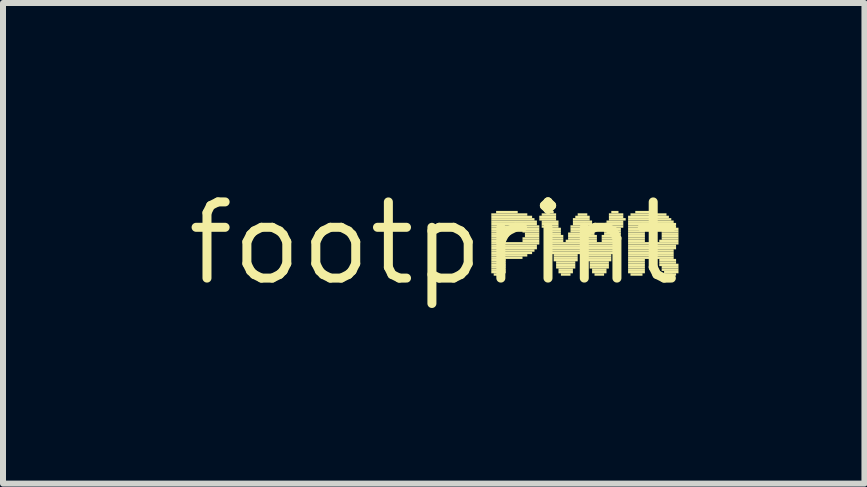
<source format=kicad_pcb>
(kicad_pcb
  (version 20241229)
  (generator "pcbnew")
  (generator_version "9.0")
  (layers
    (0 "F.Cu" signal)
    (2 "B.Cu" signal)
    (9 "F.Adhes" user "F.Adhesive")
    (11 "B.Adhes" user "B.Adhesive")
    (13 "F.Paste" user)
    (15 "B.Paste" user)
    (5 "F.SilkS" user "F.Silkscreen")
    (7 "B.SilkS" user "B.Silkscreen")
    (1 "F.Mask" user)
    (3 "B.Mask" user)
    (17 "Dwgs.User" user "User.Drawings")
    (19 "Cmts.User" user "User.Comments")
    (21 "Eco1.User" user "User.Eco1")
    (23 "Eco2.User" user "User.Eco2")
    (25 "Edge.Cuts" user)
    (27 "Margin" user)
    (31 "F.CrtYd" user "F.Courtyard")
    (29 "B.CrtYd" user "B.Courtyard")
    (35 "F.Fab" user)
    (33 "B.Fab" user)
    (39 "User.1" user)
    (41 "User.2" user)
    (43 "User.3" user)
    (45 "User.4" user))
  (footprint "footprint"
    (layer "F.Cu")
    (at 4.18 1.006)
    (property "Reference" "footprint" (at 0 0 0) (layer "F.SilkS") (effects (font (size 1.27 1.27) (thickness 0.15))))
    (fp_poly (pts (xy 0.96 -0.46) (xy 1.56 -0.46) (xy 1.56 -0.5) (xy 0.96 -0.5)) (stroke (width 0) (type solid)) (fill yes) (layer "F.SilkS"))
    (fp_poly (pts (xy 0.96 -0.42) (xy 1.64 -0.42) (xy 1.64 -0.46) (xy 0.96 -0.46)) (stroke (width 0) (type solid)) (fill yes) (layer "F.SilkS"))
    (fp_poly (pts (xy 0.96 -0.38) (xy 1.68 -0.38) (xy 1.68 -0.42) (xy 0.96 -0.42)) (stroke (width 0) (type solid)) (fill yes) (layer "F.SilkS"))
    (fp_poly (pts (xy 0.96 -0.34) (xy 1.72 -0.34) (xy 1.72 -0.38) (xy 0.96 -0.38)) (stroke (width 0) (type solid)) (fill yes) (layer "F.SilkS"))
    (fp_poly (pts (xy 0.96 -0.3) (xy 1.72 -0.3) (xy 1.72 -0.34) (xy 0.96 -0.34)) (stroke (width 0) (type solid)) (fill yes) (layer "F.SilkS"))
    (fp_poly (pts (xy 0.96 -0.26) (xy 1.76 -0.26) (xy 1.76 -0.3) (xy 0.96 -0.3)) (stroke (width 0) (type solid)) (fill yes) (layer "F.SilkS"))
    (fp_poly (pts (xy 0.96 -0.22) (xy 1.2 -0.22) (xy 1.2 -0.26) (xy 0.96 -0.26)) (stroke (width 0) (type solid)) (fill yes) (layer "F.SilkS"))
    (fp_poly (pts (xy 0.96 -0.18) (xy 1.2 -0.18) (xy 1.2 -0.22) (xy 0.96 -0.22)) (stroke (width 0) (type solid)) (fill yes) (layer "F.SilkS"))
    (fp_poly (pts (xy 0.96 -0.14) (xy 1.2 -0.14) (xy 1.2 -0.18) (xy 0.96 -0.18)) (stroke (width 0) (type solid)) (fill yes) (layer "F.SilkS"))
    (fp_poly (pts (xy 0.96 -0.1) (xy 1.2 -0.1) (xy 1.2 -0.14) (xy 0.96 -0.14)) (stroke (width 0) (type solid)) (fill yes) (layer "F.SilkS"))
    (fp_poly (pts (xy 0.96 -0.06) (xy 1.2 -0.06) (xy 1.2 -0.1) (xy 0.96 -0.1)) (stroke (width 0) (type solid)) (fill yes) (layer "F.SilkS"))
    (fp_poly (pts (xy 0.96 -0.02) (xy 1.2 -0.02) (xy 1.2 -0.06) (xy 0.96 -0.06)) (stroke (width 0) (type solid)) (fill yes) (layer "F.SilkS"))
    (fp_poly (pts (xy 0.96 0.02) (xy 1.76 0.02) (xy 1.76 -0.02) (xy 0.96 -0.02)) (stroke (width 0) (type solid)) (fill yes) (layer "F.SilkS"))
    (fp_poly (pts (xy 0.96 0.06) (xy 1.72 0.06) (xy 1.72 0.02) (xy 0.96 0.02)) (stroke (width 0) (type solid)) (fill yes) (layer "F.SilkS"))
    (fp_poly (pts (xy 0.96 0.1) (xy 1.72 0.1) (xy 1.72 0.06) (xy 0.96 0.06)) (stroke (width 0) (type solid)) (fill yes) (layer "F.SilkS"))
    (fp_poly (pts (xy 0.96 0.14) (xy 1.68 0.14) (xy 1.68 0.1) (xy 0.96 0.1)) (stroke (width 0) (type solid)) (fill yes) (layer "F.SilkS"))
    (fp_poly (pts (xy 0.96 0.18) (xy 1.64 0.18) (xy 1.64 0.14) (xy 0.96 0.14)) (stroke (width 0) (type solid)) (fill yes) (layer "F.SilkS"))
    (fp_poly (pts (xy 0.96 0.22) (xy 1.56 0.22) (xy 1.56 0.18) (xy 0.96 0.18)) (stroke (width 0) (type solid)) (fill yes) (layer "F.SilkS"))
    (fp_poly (pts (xy 0.96 0.26) (xy 1.48 0.26) (xy 1.48 0.22) (xy 0.96 0.22)) (stroke (width 0) (type solid)) (fill yes) (layer "F.SilkS"))
    (fp_poly (pts (xy 0.96 0.3) (xy 1.2 0.3) (xy 1.2 0.26) (xy 0.96 0.26)) (stroke (width 0) (type solid)) (fill yes) (layer "F.SilkS"))
    (fp_poly (pts (xy 0.96 0.34) (xy 1.2 0.34) (xy 1.2 0.3) (xy 0.96 0.3)) (stroke (width 0) (type solid)) (fill yes) (layer "F.SilkS"))
    (fp_poly (pts (xy 0.96 0.38) (xy 1.2 0.38) (xy 1.2 0.34) (xy 0.96 0.34)) (stroke (width 0) (type solid)) (fill yes) (layer "F.SilkS"))
    (fp_poly (pts (xy 0.96 0.42) (xy 1.2 0.42) (xy 1.2 0.38) (xy 0.96 0.38)) (stroke (width 0) (type solid)) (fill yes) (layer "F.SilkS"))
    (fp_poly (pts (xy 0.96 0.46) (xy 1.2 0.46) (xy 1.2 0.42) (xy 0.96 0.42)) (stroke (width 0) (type solid)) (fill yes) (layer "F.SilkS"))
    (fp_poly (pts (xy 0.96 0.5) (xy 1.2 0.5) (xy 1.2 0.46) (xy 0.96 0.46)) (stroke (width 0) (type solid)) (fill yes) (layer "F.SilkS"))
    (fp_poly (pts (xy 1 0.54) (xy 1.16 0.54) (xy 1.16 0.5) (xy 1 0.5)) (stroke (width 0) (type solid)) (fill yes) (layer "F.SilkS"))
    (fp_poly (pts (xy 1.04 -0.5) (xy 1.4 -0.5) (xy 1.4 -0.54) (xy 1.04 -0.54)) (stroke (width 0) (type solid)) (fill yes) (layer "F.SilkS"))
    (fp_poly (pts (xy 1.44 -0.22) (xy 1.76 -0.22) (xy 1.76 -0.26) (xy 1.44 -0.26)) (stroke (width 0) (type solid)) (fill yes) (layer "F.SilkS"))
    (fp_poly (pts (xy 1.48 -0.18) (xy 1.76 -0.18) (xy 1.76 -0.22) (xy 1.48 -0.22)) (stroke (width 0) (type solid)) (fill yes) (layer "F.SilkS"))
    (fp_poly (pts (xy 1.48 -0.06) (xy 1.76 -0.06) (xy 1.76 -0.1) (xy 1.48 -0.1)) (stroke (width 0) (type solid)) (fill yes) (layer "F.SilkS"))
    (fp_poly (pts (xy 1.48 -0.02) (xy 1.76 -0.02) (xy 1.76 -0.06) (xy 1.48 -0.06)) (stroke (width 0) (type solid)) (fill yes) (layer "F.SilkS"))
    (fp_poly (pts (xy 1.52 -0.14) (xy 1.76 -0.14) (xy 1.76 -0.18) (xy 1.52 -0.18)) (stroke (width 0) (type solid)) (fill yes) (layer "F.SilkS"))
    (fp_poly (pts (xy 1.52 -0.1) (xy 1.76 -0.1) (xy 1.76 -0.14) (xy 1.52 -0.14)) (stroke (width 0) (type solid)) (fill yes) (layer "F.SilkS"))
    (fp_poly (pts (xy 1.76 -0.42) (xy 2.04 -0.42) (xy 2.04 -0.46) (xy 1.76 -0.46)) (stroke (width 0) (type solid)) (fill yes) (layer "F.SilkS"))
    (fp_poly (pts (xy 1.76 -0.38) (xy 2.04 -0.38) (xy 2.04 -0.42) (xy 1.76 -0.42)) (stroke (width 0) (type solid)) (fill yes) (layer "F.SilkS"))
    (fp_poly (pts (xy 1.8 -0.46) (xy 2.04 -0.46) (xy 2.04 -0.5) (xy 1.8 -0.5)) (stroke (width 0) (type solid)) (fill yes) (layer "F.SilkS"))
    (fp_poly (pts (xy 1.8 -0.34) (xy 2.08 -0.34) (xy 2.08 -0.38) (xy 1.8 -0.38)) (stroke (width 0) (type solid)) (fill yes) (layer "F.SilkS"))
    (fp_poly (pts (xy 1.8 -0.3) (xy 2.08 -0.3) (xy 2.08 -0.34) (xy 1.8 -0.34)) (stroke (width 0) (type solid)) (fill yes) (layer "F.SilkS"))
    (fp_poly (pts (xy 1.8 -0.26) (xy 2.08 -0.26) (xy 2.08 -0.3) (xy 1.8 -0.3)) (stroke (width 0) (type solid)) (fill yes) (layer "F.SilkS"))
    (fp_poly (pts (xy 1.84 -0.22) (xy 2.12 -0.22) (xy 2.12 -0.26) (xy 1.84 -0.26)) (stroke (width 0) (type solid)) (fill yes) (layer "F.SilkS"))
    (fp_poly (pts (xy 1.84 -0.18) (xy 2.12 -0.18) (xy 2.12 -0.22) (xy 1.84 -0.22)) (stroke (width 0) (type solid)) (fill yes) (layer "F.SilkS"))
    (fp_poly (pts (xy 1.84 -0.14) (xy 2.12 -0.14) (xy 2.12 -0.18) (xy 1.84 -0.18)) (stroke (width 0) (type solid)) (fill yes) (layer "F.SilkS"))
    (fp_poly (pts (xy 1.88 -0.1) (xy 2.16 -0.1) (xy 2.16 -0.14) (xy 1.88 -0.14)) (stroke (width 0) (type solid)) (fill yes) (layer "F.SilkS"))
    (fp_poly (pts (xy 1.88 -0.06) (xy 2.16 -0.06) (xy 2.16 -0.1) (xy 1.88 -0.1)) (stroke (width 0) (type solid)) (fill yes) (layer "F.SilkS"))
    (fp_poly (pts (xy 1.88 -0.02) (xy 2.16 -0.02) (xy 2.16 -0.06) (xy 1.88 -0.06)) (stroke (width 0) (type solid)) (fill yes) (layer "F.SilkS"))
    (fp_poly (pts (xy 1.92 -0.5) (xy 2 -0.5) (xy 2 -0.54) (xy 1.92 -0.54)) (stroke (width 0) (type solid)) (fill yes) (layer "F.SilkS"))
    (fp_poly (pts (xy 1.92 0.02) (xy 3.04 0.02) (xy 3.04 -0.02) (xy 1.92 -0.02)) (stroke (width 0) (type solid)) (fill yes) (layer "F.SilkS"))
    (fp_poly (pts (xy 1.92 0.06) (xy 3.04 0.06) (xy 3.04 0.02) (xy 1.92 0.02)) (stroke (width 0) (type solid)) (fill yes) (layer "F.SilkS"))
    (fp_poly (pts (xy 1.92 0.1) (xy 2.44 0.1) (xy 2.44 0.06) (xy 1.92 0.06)) (stroke (width 0) (type solid)) (fill yes) (layer "F.SilkS"))
    (fp_poly (pts (xy 1.96 0.14) (xy 2.44 0.14) (xy 2.44 0.1) (xy 1.96 0.1)) (stroke (width 0) (type solid)) (fill yes) (layer "F.SilkS"))
    (fp_poly (pts (xy 1.96 0.18) (xy 2.44 0.18) (xy 2.44 0.14) (xy 1.96 0.14)) (stroke (width 0) (type solid)) (fill yes) (layer "F.SilkS"))
    (fp_poly (pts (xy 2 0.22) (xy 2.4 0.22) (xy 2.4 0.18) (xy 2 0.18)) (stroke (width 0) (type solid)) (fill yes) (layer "F.SilkS"))
    (fp_poly (pts (xy 2 0.26) (xy 2.4 0.26) (xy 2.4 0.22) (xy 2 0.22)) (stroke (width 0) (type solid)) (fill yes) (layer "F.SilkS"))
    (fp_poly (pts (xy 2 0.3) (xy 2.4 0.3) (xy 2.4 0.26) (xy 2 0.26)) (stroke (width 0) (type solid)) (fill yes) (layer "F.SilkS"))
    (fp_poly (pts (xy 2.04 0.34) (xy 2.36 0.34) (xy 2.36 0.3) (xy 2.04 0.3)) (stroke (width 0) (type solid)) (fill yes) (layer "F.SilkS"))
    (fp_poly (pts (xy 2.04 0.38) (xy 2.36 0.38) (xy 2.36 0.34) (xy 2.04 0.34)) (stroke (width 0) (type solid)) (fill yes) (layer "F.SilkS"))
    (fp_poly (pts (xy 2.04 0.42) (xy 2.36 0.42) (xy 2.36 0.38) (xy 2.04 0.38)) (stroke (width 0) (type solid)) (fill yes) (layer "F.SilkS"))
    (fp_poly (pts (xy 2.08 0.46) (xy 2.32 0.46) (xy 2.32 0.42) (xy 2.08 0.42)) (stroke (width 0) (type solid)) (fill yes) (layer "F.SilkS"))
    (fp_poly (pts (xy 2.08 0.5) (xy 2.32 0.5) (xy 2.32 0.46) (xy 2.08 0.46)) (stroke (width 0) (type solid)) (fill yes) (layer "F.SilkS"))
    (fp_poly (pts (xy 2.12 0.54) (xy 2.28 0.54) (xy 2.28 0.5) (xy 2.12 0.5)) (stroke (width 0) (type solid)) (fill yes) (layer "F.SilkS"))
    (fp_poly (pts (xy 2.2 -0.02) (xy 2.72 -0.02) (xy 2.72 -0.06) (xy 2.2 -0.06)) (stroke (width 0) (type solid)) (fill yes) (layer "F.SilkS"))
    (fp_poly (pts (xy 2.24 -0.14) (xy 2.68 -0.14) (xy 2.68 -0.18) (xy 2.24 -0.18)) (stroke (width 0) (type solid)) (fill yes) (layer "F.SilkS"))
    (fp_poly (pts (xy 2.24 -0.1) (xy 2.72 -0.1) (xy 2.72 -0.14) (xy 2.24 -0.14)) (stroke (width 0) (type solid)) (fill yes) (layer "F.SilkS"))
    (fp_poly (pts (xy 2.24 -0.06) (xy 2.72 -0.06) (xy 2.72 -0.1) (xy 2.24 -0.1)) (stroke (width 0) (type solid)) (fill yes) (layer "F.SilkS"))
    (fp_poly (pts (xy 2.28 -0.26) (xy 2.64 -0.26) (xy 2.64 -0.3) (xy 2.28 -0.3)) (stroke (width 0) (type solid)) (fill yes) (layer "F.SilkS"))
    (fp_poly (pts (xy 2.28 -0.22) (xy 2.68 -0.22) (xy 2.68 -0.26) (xy 2.28 -0.26)) (stroke (width 0) (type solid)) (fill yes) (layer "F.SilkS"))
    (fp_poly (pts (xy 2.28 -0.18) (xy 2.68 -0.18) (xy 2.68 -0.22) (xy 2.28 -0.22)) (stroke (width 0) (type solid)) (fill yes) (layer "F.SilkS"))
    (fp_poly (pts (xy 2.32 -0.38) (xy 2.6 -0.38) (xy 2.6 -0.42) (xy 2.32 -0.42)) (stroke (width 0) (type solid)) (fill yes) (layer "F.SilkS"))
    (fp_poly (pts (xy 2.32 -0.34) (xy 2.64 -0.34) (xy 2.64 -0.38) (xy 2.32 -0.38)) (stroke (width 0) (type solid)) (fill yes) (layer "F.SilkS"))
    (fp_poly (pts (xy 2.32 -0.3) (xy 2.64 -0.3) (xy 2.64 -0.34) (xy 2.32 -0.34)) (stroke (width 0) (type solid)) (fill yes) (layer "F.SilkS"))
    (fp_poly (pts (xy 2.36 -0.42) (xy 2.6 -0.42) (xy 2.6 -0.46) (xy 2.36 -0.46)) (stroke (width 0) (type solid)) (fill yes) (layer "F.SilkS"))
    (fp_poly (pts (xy 2.4 -0.46) (xy 2.56 -0.46) (xy 2.56 -0.5) (xy 2.4 -0.5)) (stroke (width 0) (type solid)) (fill yes) (layer "F.SilkS"))
    (fp_poly (pts (xy 2.52 0.1) (xy 3 0.1) (xy 3 0.06) (xy 2.52 0.06)) (stroke (width 0) (type solid)) (fill yes) (layer "F.SilkS"))
    (fp_poly (pts (xy 2.52 0.14) (xy 3 0.14) (xy 3 0.1) (xy 2.52 0.1)) (stroke (width 0) (type solid)) (fill yes) (layer "F.SilkS"))
    (fp_poly (pts (xy 2.52 0.18) (xy 3 0.18) (xy 3 0.14) (xy 2.52 0.14)) (stroke (width 0) (type solid)) (fill yes) (layer "F.SilkS"))
    (fp_poly (pts (xy 2.56 0.22) (xy 2.96 0.22) (xy 2.96 0.18) (xy 2.56 0.18)) (stroke (width 0) (type solid)) (fill yes) (layer "F.SilkS"))
    (fp_poly (pts (xy 2.56 0.26) (xy 2.96 0.26) (xy 2.96 0.22) (xy 2.56 0.22)) (stroke (width 0) (type solid)) (fill yes) (layer "F.SilkS"))
    (fp_poly (pts (xy 2.56 0.3) (xy 2.96 0.3) (xy 2.96 0.26) (xy 2.56 0.26)) (stroke (width 0) (type solid)) (fill yes) (layer "F.SilkS"))
    (fp_poly (pts (xy 2.6 0.34) (xy 2.92 0.34) (xy 2.92 0.3) (xy 2.6 0.3)) (stroke (width 0) (type solid)) (fill yes) (layer "F.SilkS"))
    (fp_poly (pts (xy 2.6 0.38) (xy 2.92 0.38) (xy 2.92 0.34) (xy 2.6 0.34)) (stroke (width 0) (type solid)) (fill yes) (layer "F.SilkS"))
    (fp_poly (pts (xy 2.6 0.42) (xy 2.92 0.42) (xy 2.92 0.38) (xy 2.6 0.38)) (stroke (width 0) (type solid)) (fill yes) (layer "F.SilkS"))
    (fp_poly (pts (xy 2.64 0.46) (xy 2.88 0.46) (xy 2.88 0.42) (xy 2.64 0.42)) (stroke (width 0) (type solid)) (fill yes) (layer "F.SilkS"))
    (fp_poly (pts (xy 2.64 0.5) (xy 2.88 0.5) (xy 2.88 0.46) (xy 2.64 0.46)) (stroke (width 0) (type solid)) (fill yes) (layer "F.SilkS"))
    (fp_poly (pts (xy 2.68 0.54) (xy 2.84 0.54) (xy 2.84 0.5) (xy 2.68 0.5)) (stroke (width 0) (type solid)) (fill yes) (layer "F.SilkS"))
    (fp_poly (pts (xy 2.8 -0.1) (xy 3.08 -0.1) (xy 3.08 -0.14) (xy 2.8 -0.14)) (stroke (width 0) (type solid)) (fill yes) (layer "F.SilkS"))
    (fp_poly (pts (xy 2.8 -0.06) (xy 3.08 -0.06) (xy 3.08 -0.1) (xy 2.8 -0.1)) (stroke (width 0) (type solid)) (fill yes) (layer "F.SilkS"))
    (fp_poly (pts (xy 2.8 -0.02) (xy 3.08 -0.02) (xy 3.08 -0.06) (xy 2.8 -0.06)) (stroke (width 0) (type solid)) (fill yes) (layer "F.SilkS"))
    (fp_poly (pts (xy 2.84 -0.22) (xy 3.12 -0.22) (xy 3.12 -0.26) (xy 2.84 -0.26)) (stroke (width 0) (type solid)) (fill yes) (layer "F.SilkS"))
    (fp_poly (pts (xy 2.84 -0.18) (xy 3.12 -0.18) (xy 3.12 -0.22) (xy 2.84 -0.22)) (stroke (width 0) (type solid)) (fill yes) (layer "F.SilkS"))
    (fp_poly (pts (xy 2.84 -0.14) (xy 3.12 -0.14) (xy 3.12 -0.18) (xy 2.84 -0.18)) (stroke (width 0) (type solid)) (fill yes) (layer "F.SilkS"))
    (fp_poly (pts (xy 2.88 -0.34) (xy 3.16 -0.34) (xy 3.16 -0.38) (xy 2.88 -0.38)) (stroke (width 0) (type solid)) (fill yes) (layer "F.SilkS"))
    (fp_poly (pts (xy 2.88 -0.3) (xy 3.16 -0.3) (xy 3.16 -0.34) (xy 2.88 -0.34)) (stroke (width 0) (type solid)) (fill yes) (layer "F.SilkS"))
    (fp_poly (pts (xy 2.88 -0.26) (xy 3.16 -0.26) (xy 3.16 -0.3) (xy 2.88 -0.3)) (stroke (width 0) (type solid)) (fill yes) (layer "F.SilkS"))
    (fp_poly (pts (xy 2.92 -0.46) (xy 3.16 -0.46) (xy 3.16 -0.5) (xy 2.92 -0.5)) (stroke (width 0) (type solid)) (fill yes) (layer "F.SilkS"))
    (fp_poly (pts (xy 2.92 -0.42) (xy 3.16 -0.42) (xy 3.16 -0.46) (xy 2.92 -0.46)) (stroke (width 0) (type solid)) (fill yes) (layer "F.SilkS"))
    (fp_poly (pts (xy 2.92 -0.38) (xy 3.2 -0.38) (xy 3.2 -0.42) (xy 2.92 -0.42)) (stroke (width 0) (type solid)) (fill yes) (layer "F.SilkS"))
    (fp_poly (pts (xy 2.96 -0.5) (xy 3.08 -0.5) (xy 3.08 -0.54) (xy 2.96 -0.54)) (stroke (width 0) (type solid)) (fill yes) (layer "F.SilkS"))
    (fp_poly (pts (xy 3.24 -0.42) (xy 3.92 -0.42) (xy 3.92 -0.46) (xy 3.24 -0.46)) (stroke (width 0) (type solid)) (fill yes) (layer "F.SilkS"))
    (fp_poly (pts (xy 3.24 -0.38) (xy 3.96 -0.38) (xy 3.96 -0.42) (xy 3.24 -0.42)) (stroke (width 0) (type solid)) (fill yes) (layer "F.SilkS"))
    (fp_poly (pts (xy 3.24 -0.34) (xy 4 -0.34) (xy 4 -0.38) (xy 3.24 -0.38)) (stroke (width 0) (type solid)) (fill yes) (layer "F.SilkS"))
    (fp_poly (pts (xy 3.24 -0.3) (xy 4.04 -0.3) (xy 4.04 -0.34) (xy 3.24 -0.34)) (stroke (width 0) (type solid)) (fill yes) (layer "F.SilkS"))
    (fp_poly (pts (xy 3.24 -0.26) (xy 4.04 -0.26) (xy 4.04 -0.3) (xy 3.24 -0.3)) (stroke (width 0) (type solid)) (fill yes) (layer "F.SilkS"))
    (fp_poly (pts (xy 3.24 -0.22) (xy 3.52 -0.22) (xy 3.52 -0.26) (xy 3.24 -0.26)) (stroke (width 0) (type solid)) (fill yes) (layer "F.SilkS"))
    (fp_poly (pts (xy 3.24 -0.18) (xy 3.52 -0.18) (xy 3.52 -0.22) (xy 3.24 -0.22)) (stroke (width 0) (type solid)) (fill yes) (layer "F.SilkS"))
    (fp_poly (pts (xy 3.24 -0.14) (xy 3.52 -0.14) (xy 3.52 -0.18) (xy 3.24 -0.18)) (stroke (width 0) (type solid)) (fill yes) (layer "F.SilkS"))
    (fp_poly (pts (xy 3.24 -0.1) (xy 3.52 -0.1) (xy 3.52 -0.14) (xy 3.24 -0.14)) (stroke (width 0) (type solid)) (fill yes) (layer "F.SilkS"))
    (fp_poly (pts (xy 3.24 -0.06) (xy 3.52 -0.06) (xy 3.52 -0.1) (xy 3.24 -0.1)) (stroke (width 0) (type solid)) (fill yes) (layer "F.SilkS"))
    (fp_poly (pts (xy 3.24 -0.02) (xy 3.52 -0.02) (xy 3.52 -0.06) (xy 3.24 -0.06)) (stroke (width 0) (type solid)) (fill yes) (layer "F.SilkS"))
    (fp_poly (pts (xy 3.24 0.02) (xy 4.08 0.02) (xy 4.08 -0.02) (xy 3.24 -0.02)) (stroke (width 0) (type solid)) (fill yes) (layer "F.SilkS"))
    (fp_poly (pts (xy 3.24 0.06) (xy 4.04 0.06) (xy 4.04 0.02) (xy 3.24 0.02)) (stroke (width 0) (type solid)) (fill yes) (layer "F.SilkS"))
    (fp_poly (pts (xy 3.24 0.1) (xy 4.04 0.1) (xy 4.04 0.06) (xy 3.24 0.06)) (stroke (width 0) (type solid)) (fill yes) (layer "F.SilkS"))
    (fp_poly (pts (xy 3.24 0.14) (xy 4 0.14) (xy 4 0.1) (xy 3.24 0.1)) (stroke (width 0) (type solid)) (fill yes) (layer "F.SilkS"))
    (fp_poly (pts (xy 3.24 0.18) (xy 4 0.18) (xy 4 0.14) (xy 3.24 0.14)) (stroke (width 0) (type solid)) (fill yes) (layer "F.SilkS"))
    (fp_poly (pts (xy 3.24 0.22) (xy 4 0.22) (xy 4 0.18) (xy 3.24 0.18)) (stroke (width 0) (type solid)) (fill yes) (layer "F.SilkS"))
    (fp_poly (pts (xy 3.24 0.26) (xy 4 0.26) (xy 4 0.22) (xy 3.24 0.22)) (stroke (width 0) (type solid)) (fill yes) (layer "F.SilkS"))
    (fp_poly (pts (xy 3.24 0.3) (xy 3.52 0.3) (xy 3.52 0.26) (xy 3.24 0.26)) (stroke (width 0) (type solid)) (fill yes) (layer "F.SilkS"))
    (fp_poly (pts (xy 3.24 0.34) (xy 3.52 0.34) (xy 3.52 0.3) (xy 3.24 0.3)) (stroke (width 0) (type solid)) (fill yes) (layer "F.SilkS"))
    (fp_poly (pts (xy 3.24 0.38) (xy 3.52 0.38) (xy 3.52 0.34) (xy 3.24 0.34)) (stroke (width 0) (type solid)) (fill yes) (layer "F.SilkS"))
    (fp_poly (pts (xy 3.24 0.42) (xy 3.52 0.42) (xy 3.52 0.38) (xy 3.24 0.38)) (stroke (width 0) (type solid)) (fill yes) (layer "F.SilkS"))
    (fp_poly (pts (xy 3.24 0.46) (xy 3.52 0.46) (xy 3.52 0.42) (xy 3.24 0.42)) (stroke (width 0) (type solid)) (fill yes) (layer "F.SilkS"))
    (fp_poly (pts (xy 3.24 0.5) (xy 3.52 0.5) (xy 3.52 0.46) (xy 3.24 0.46)) (stroke (width 0) (type solid)) (fill yes) (layer "F.SilkS"))
    (fp_poly (pts (xy 3.28 -0.46) (xy 3.88 -0.46) (xy 3.88 -0.5) (xy 3.28 -0.5)) (stroke (width 0) (type solid)) (fill yes) (layer "F.SilkS"))
    (fp_poly (pts (xy 3.28 0.54) (xy 3.48 0.54) (xy 3.48 0.5) (xy 3.28 0.5)) (stroke (width 0) (type solid)) (fill yes) (layer "F.SilkS"))
    (fp_poly (pts (xy 3.36 -0.5) (xy 3.72 -0.5) (xy 3.72 -0.54) (xy 3.36 -0.54)) (stroke (width 0) (type solid)) (fill yes) (layer "F.SilkS"))
    (fp_poly (pts (xy 3.76 -0.22) (xy 4.08 -0.22) (xy 4.08 -0.26) (xy 3.76 -0.26)) (stroke (width 0) (type solid)) (fill yes) (layer "F.SilkS"))
    (fp_poly (pts (xy 3.76 -0.02) (xy 4.08 -0.02) (xy 4.08 -0.06) (xy 3.76 -0.06)) (stroke (width 0) (type solid)) (fill yes) (layer "F.SilkS"))
    (fp_poly (pts (xy 3.76 0.3) (xy 4.04 0.3) (xy 4.04 0.26) (xy 3.76 0.26)) (stroke (width 0) (type solid)) (fill yes) (layer "F.SilkS"))
    (fp_poly (pts (xy 3.76 0.34) (xy 4.04 0.34) (xy 4.04 0.3) (xy 3.76 0.3)) (stroke (width 0) (type solid)) (fill yes) (layer "F.SilkS"))
    (fp_poly (pts (xy 3.76 0.38) (xy 4.08 0.38) (xy 4.08 0.34) (xy 3.76 0.34)) (stroke (width 0) (type solid)) (fill yes) (layer "F.SilkS"))
    (fp_poly (pts (xy 3.8 -0.18) (xy 4.08 -0.18) (xy 4.08 -0.22) (xy 3.8 -0.22)) (stroke (width 0) (type solid)) (fill yes) (layer "F.SilkS"))
    (fp_poly (pts (xy 3.8 -0.14) (xy 4.08 -0.14) (xy 4.08 -0.18) (xy 3.8 -0.18)) (stroke (width 0) (type solid)) (fill yes) (layer "F.SilkS"))
    (fp_poly (pts (xy 3.8 -0.1) (xy 4.08 -0.1) (xy 4.08 -0.14) (xy 3.8 -0.14)) (stroke (width 0) (type solid)) (fill yes) (layer "F.SilkS"))
    (fp_poly (pts (xy 3.8 -0.06) (xy 4.08 -0.06) (xy 4.08 -0.1) (xy 3.8 -0.1)) (stroke (width 0) (type solid)) (fill yes) (layer "F.SilkS"))
    (fp_poly (pts (xy 3.8 0.42) (xy 4.08 0.42) (xy 4.08 0.38) (xy 3.8 0.38)) (stroke (width 0) (type solid)) (fill yes) (layer "F.SilkS"))
    (fp_poly (pts (xy 3.8 0.46) (xy 4.08 0.46) (xy 4.08 0.42) (xy 3.8 0.42)) (stroke (width 0) (type solid)) (fill yes) (layer "F.SilkS"))
    (fp_poly (pts (xy 3.84 0.5) (xy 4.08 0.5) (xy 4.08 0.46) (xy 3.84 0.46)) (stroke (width 0) (type solid)) (fill yes) (layer "F.SilkS"))
    (fp_poly (pts (xy 3.84 0.54) (xy 4.04 0.54) (xy 4.04 0.5) (xy 3.84 0.5)) (stroke (width 0) (type solid)) (fill yes) (layer "F.SilkS")))
  (gr_rect
    (start -3 -3)
    (end 11.36 5.012)
    (stroke (width 0.1) (type default))
    (fill no)
    (layer "Edge.Cuts")))
</source>
